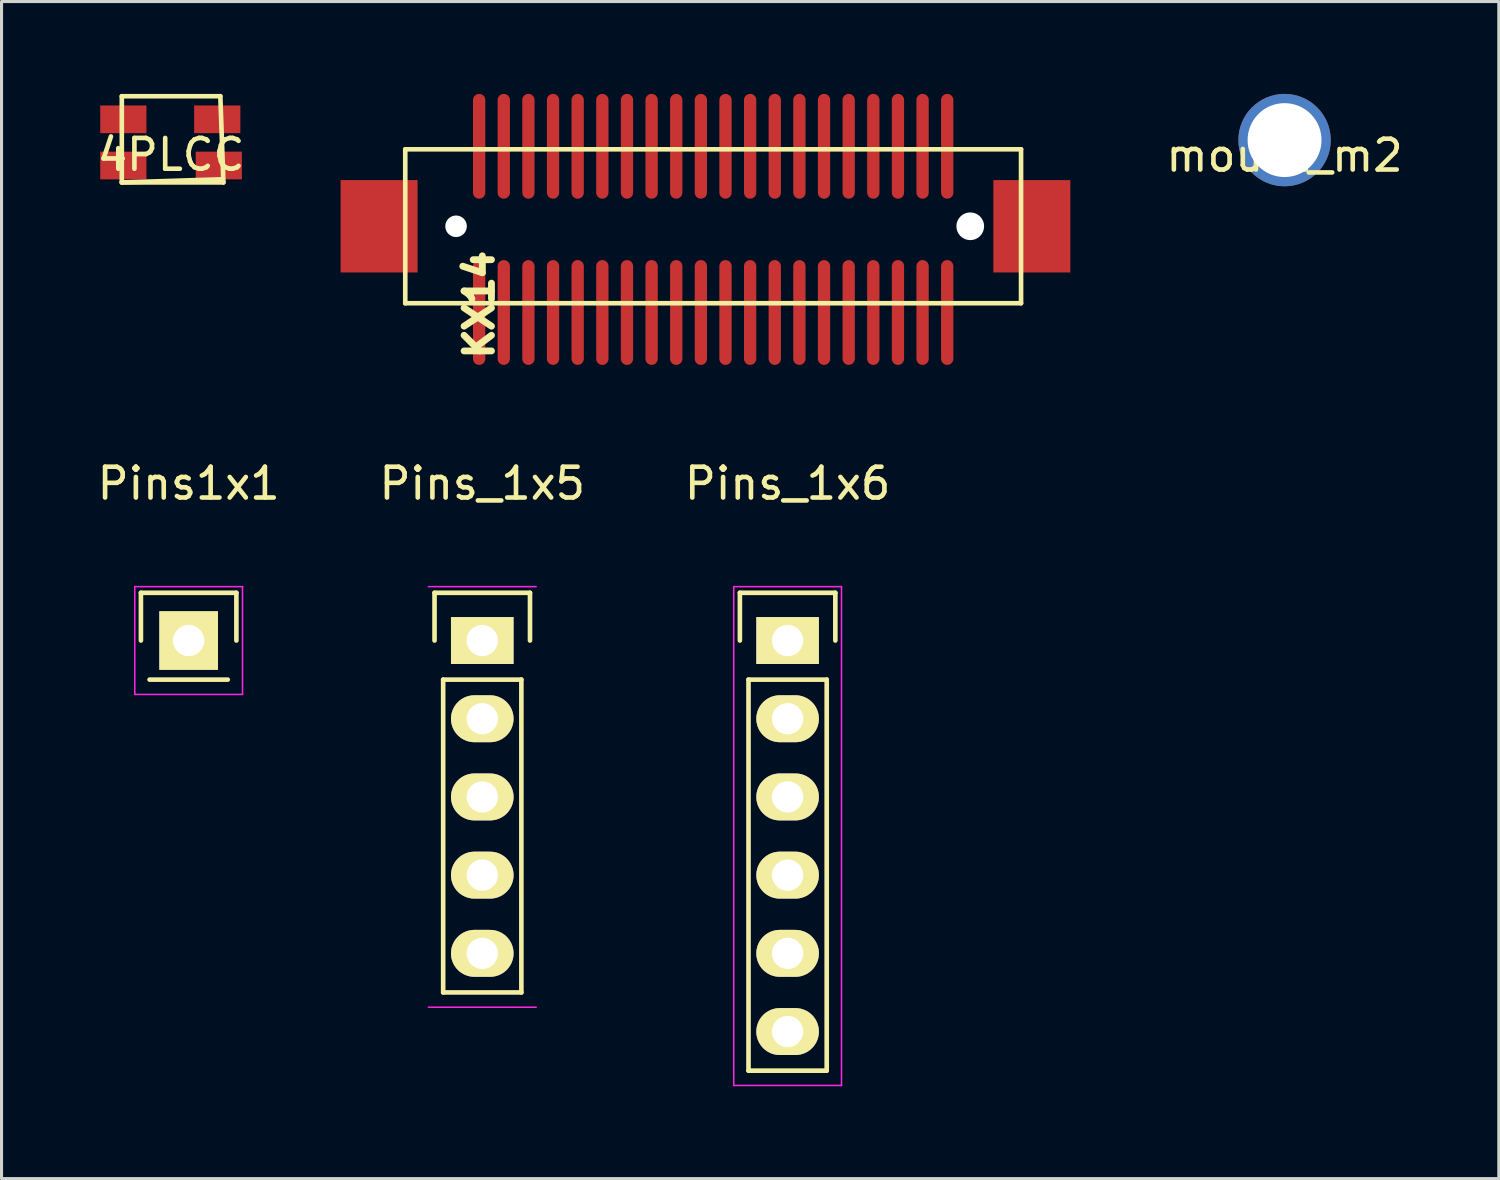
<source format=kicad_pcb>
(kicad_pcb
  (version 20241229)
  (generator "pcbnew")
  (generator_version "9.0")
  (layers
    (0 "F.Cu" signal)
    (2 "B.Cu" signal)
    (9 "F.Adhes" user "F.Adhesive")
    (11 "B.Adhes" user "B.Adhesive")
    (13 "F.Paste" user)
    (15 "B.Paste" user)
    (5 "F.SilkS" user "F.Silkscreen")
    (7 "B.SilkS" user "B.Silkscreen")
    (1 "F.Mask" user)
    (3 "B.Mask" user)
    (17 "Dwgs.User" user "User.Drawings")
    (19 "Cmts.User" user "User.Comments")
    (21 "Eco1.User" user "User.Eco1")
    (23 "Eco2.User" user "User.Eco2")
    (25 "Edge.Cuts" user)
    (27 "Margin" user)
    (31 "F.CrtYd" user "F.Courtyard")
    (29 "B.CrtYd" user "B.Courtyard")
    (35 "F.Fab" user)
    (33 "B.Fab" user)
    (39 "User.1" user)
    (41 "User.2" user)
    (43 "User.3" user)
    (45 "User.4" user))
  (footprint "mount_m2"
    (layer "F.Cu")
    (at 38.67 1.5)
    (property "Reference" "mount_m2" (at 0 0.5 0) (layer "F.SilkS") (effects (font (size 1 1) (thickness 0.15))))
    (attr through_hole)
    (pad "2" thru_hole circle (at 0 0) (size 3 3) (drill 2.4) (layers "*.Cu" "*.Mask")))
  (footprint "4PLCC"
    (layer "F.Cu")
    (at 2.506 1.475)
    (property "Reference" "4PLCC" (at 0 0.5 0) (layer "F.SilkS") (effects (font (size 1 1) (thickness 0.15))))
    (attr through_hole)
    (fp_line (start -1.6 -1.4) (end 1.6 -1.4) (stroke (width 0.15) (type solid)) (layer "F.SilkS"))
    (fp_line (start -1.6 1.4) (end -1.6 -1.4) (stroke (width 0.15) (type solid)) (layer "F.SilkS"))
    (fp_line (start -1.6 1.4) (end 1.7 1.4) (stroke (width 0.15) (type solid)) (layer "F.SilkS"))
    (fp_line (start 1.6 1.3) (end -1.6 1.4) (stroke (width 0.15) (type solid)) (layer "F.SilkS"))
    (fp_line (start 1.7 1.4) (end 1.6 -1.4) (stroke (width 0.15) (type solid)) (layer "F.SilkS"))
    (pad "1" smd rect (at 1.5 -0.65) (size 1.5 0.9) (layers "F.Cu" "F.Mask" "F.Paste"))
    (pad "2" smd rect (at 1.55 0.85) (size 1.5 0.9) (layers "F.Cu" "F.Mask" "F.Paste"))
    (pad "3" smd rect (at -1.55 0.85) (size 1.5 0.9) (layers "F.Cu" "F.Mask" "F.Paste"))
    (pad "4" smd rect (at -1.55 -0.65) (size 1.5 0.9) (layers "F.Cu" "F.Mask" "F.Paste")))
  (footprint "Pins_1x5"
    (layer "F.Cu")
    (at 12.613 17.753)
    (property "Reference" "Pins_1x5" (at 0 -5.1 0) (layer "F.SilkS") (effects (font (size 1 1) (thickness 0.15))))
    (attr through_hole)
    (fp_line (start -1.55 -1.55) (end 1.55 -1.55) (stroke (width 0.15) (type solid)) (layer "F.SilkS"))
    (fp_line (start -1.55 0) (end -1.55 -1.55) (stroke (width 0.15) (type solid)) (layer "F.SilkS"))
    (fp_line (start -1.27 1.27) (end -1.27 11.43) (stroke (width 0.15) (type solid)) (layer "F.SilkS"))
    (fp_line (start 1.27 1.27) (end -1.27 1.27) (stroke (width 0.15) (type solid)) (layer "F.SilkS"))
    (fp_line (start 1.27 11.43) (end -1.27 11.43) (stroke (width 0.15) (type solid)) (layer "F.SilkS"))
    (fp_line (start 1.27 11.43) (end 1.27 1.27) (stroke (width 0.15) (type solid)) (layer "F.SilkS"))
    (fp_line (start 1.55 -1.55) (end 1.55 0) (stroke (width 0.15) (type solid)) (layer "F.SilkS"))
    (fp_line (start -1.75 -1.75) (end 1.75 -1.75) (stroke (width 0.05) (type solid)) (layer "F.CrtYd"))
    (fp_line (start -1.75 11.91) (end 1.75 11.91) (stroke (width 0.05) (type solid)) (layer "F.CrtYd"))
    (pad "1" thru_hole rect (at 0 0) (size 2.032 1.524) (drill 1.016) (layers "*.Cu" "*.Mask" "F.SilkS"))
    (pad "2" thru_hole oval (at 0 2.54) (size 2.032 1.524) (drill 1.016) (layers "*.Cu" "*.Mask" "F.SilkS"))
    (pad "3" thru_hole oval (at 0 5.08) (size 2.032 1.524) (drill 1.016) (layers "*.Cu" "*.Mask" "F.SilkS"))
    (pad "4" thru_hole oval (at 0 7.62) (size 2.032 1.524) (drill 1.016) (layers "*.Cu" "*.Mask" "F.SilkS"))
    (pad "5" thru_hole oval (at 0 10.16) (size 2.032 1.524) (drill 1.016) (layers "*.Cu" "*.Mask" "F.SilkS")))
  (footprint "Pins1x1"
    (layer "F.Cu")
    (at 3.077 17.753)
    (property "Reference" "Pins1x1" (at 0 -5.1 0) (layer "F.SilkS") (effects (font (size 1 1) (thickness 0.15))))
    (attr through_hole)
    (fp_line (start -1.55 -1.55) (end 1.55 -1.55) (stroke (width 0.15) (type solid)) (layer "F.SilkS"))
    (fp_line (start -1.55 0) (end -1.55 -1.55) (stroke (width 0.15) (type solid)) (layer "F.SilkS"))
    (fp_line (start -1.27 1.27) (end 1.27 1.27) (stroke (width 0.15) (type solid)) (layer "F.SilkS"))
    (fp_line (start 1.55 -1.55) (end 1.55 0) (stroke (width 0.15) (type solid)) (layer "F.SilkS"))
    (fp_line (start -1.75 -1.75) (end -1.75 1.75) (stroke (width 0.05) (type solid)) (layer "F.CrtYd"))
    (fp_line (start -1.75 -1.75) (end 1.75 -1.75) (stroke (width 0.05) (type solid)) (layer "F.CrtYd"))
    (fp_line (start -1.75 1.75) (end 1.75 1.75) (stroke (width 0.05) (type solid)) (layer "F.CrtYd"))
    (fp_line (start 1.75 -1.75) (end 1.75 1.75) (stroke (width 0.05) (type solid)) (layer "F.CrtYd"))
    (pad "1" thru_hole rect (at 0 0) (size 1.905 1.905) (drill 1.016) (layers "*.Cu" "*.Mask" "F.SilkS")))
  (footprint "Pins_1x6"
    (layer "F.Cu")
    (at 22.53 17.753)
    (property "Reference" "Pins_1x6" (at 0 -5.1 0) (layer "F.SilkS") (effects (font (size 1 1) (thickness 0.15))))
    (attr through_hole)
    (fp_line (start -1.55 -1.55) (end 1.55 -1.55) (stroke (width 0.15) (type solid)) (layer "F.SilkS"))
    (fp_line (start -1.55 0) (end -1.55 -1.55) (stroke (width 0.15) (type solid)) (layer "F.SilkS"))
    (fp_line (start -1.27 13.97) (end -1.27 1.27) (stroke (width 0.15) (type solid)) (layer "F.SilkS"))
    (fp_line (start 1.27 1.27) (end -1.27 1.27) (stroke (width 0.15) (type solid)) (layer "F.SilkS"))
    (fp_line (start 1.27 1.27) (end 1.27 13.97) (stroke (width 0.15) (type solid)) (layer "F.SilkS"))
    (fp_line (start 1.27 13.97) (end -1.27 13.97) (stroke (width 0.15) (type solid)) (layer "F.SilkS"))
    (fp_line (start 1.55 -1.55) (end 1.55 0) (stroke (width 0.15) (type solid)) (layer "F.SilkS"))
    (fp_line (start -1.75 -1.75) (end -1.75 14.45) (stroke (width 0.05) (type solid)) (layer "F.CrtYd"))
    (fp_line (start -1.75 -1.75) (end 1.75 -1.75) (stroke (width 0.05) (type solid)) (layer "F.CrtYd"))
    (fp_line (start -1.75 14.45) (end 1.75 14.45) (stroke (width 0.05) (type solid)) (layer "F.CrtYd"))
    (fp_line (start 1.75 -1.75) (end 1.75 14.45) (stroke (width 0.05) (type solid)) (layer "F.CrtYd"))
    (pad "1" thru_hole rect (at 0 0) (size 2.032 1.524) (drill 1.016) (layers "*.Cu" "*.Mask" "F.SilkS"))
    (pad "2" thru_hole oval (at 0 2.54) (size 2.032 1.524) (drill 1.016) (layers "*.Cu" "*.Mask" "F.SilkS"))
    (pad "3" thru_hole oval (at 0 5.08) (size 2.032 1.524) (drill 1.016) (layers "*.Cu" "*.Mask" "F.SilkS"))
    (pad "4" thru_hole oval (at 0 7.62) (size 2.032 1.524) (drill 1.016) (layers "*.Cu" "*.Mask" "F.SilkS"))
    (pad "5" thru_hole oval (at 0 10.16) (size 2.032 1.524) (drill 1.016) (layers "*.Cu" "*.Mask" "F.SilkS"))
    (pad "6" thru_hole oval (at 0 12.7) (size 2.032 1.524) (drill 1.016) (layers "*.Cu" "*.Mask" "F.SilkS")))
  (footprint "KX14"
    (layer "F.Cu")
    (at 20.112 4.299)
    (property "Reference" "KX14" (at -7.6 2.546 270) (layer "F.SilkS") (effects (font (size 0.889 0.889) (thickness 0.305))))
    (attr through_hole)
    (fp_line (start -10 -2.5) (end 10 -2.5) (stroke (width 0.15) (type solid)) (layer "F.SilkS"))
    (fp_line (start -10 2.5) (end -10 -2.5) (stroke (width 0.15) (type solid)) (layer "F.SilkS"))
    (fp_line (start 10 -2.5) (end 10 2.5) (stroke (width 0.15) (type solid)) (layer "F.SilkS"))
    (fp_line (start 10 2.5) (end -10 2.5) (stroke (width 0.15) (type solid)) (layer "F.SilkS"))
    (pad "" np_thru_hole circle (at -8.35 0) (size 0.7 0.7) (drill 0.7) (layers "*.Cu" "*.Mask"))
    (pad "" np_thru_hole circle (at 8.35 0) (size 0.9 0.9) (drill 0.9) (layers "*.Cu" "*.Mask"))
    (pad "1" smd oval (at -7.6 2.8) (size 0.399 3.404) (layers "F.Cu" "F.Mask" "F.Paste"))
    (pad "2" smd oval (at -7.6 -2.598 180) (size 0.399 3.404) (layers "F.Cu" "F.Mask" "F.Paste"))
    (pad "3" smd oval (at -6.8 2.8) (size 0.399 3.404) (layers "F.Cu" "F.Mask" "F.Paste"))
    (pad "4" smd oval (at -6.8 -2.598 180) (size 0.399 3.404) (layers "F.Cu" "F.Mask" "F.Paste"))
    (pad "5" smd oval (at -6 2.8) (size 0.399 3.404) (layers "F.Cu" "F.Mask" "F.Paste"))
    (pad "6" smd oval (at -6 -2.598 180) (size 0.399 3.404) (layers "F.Cu" "F.Mask" "F.Paste"))
    (pad "7" smd oval (at -5.2 2.8) (size 0.399 3.404) (layers "F.Cu" "F.Mask" "F.Paste"))
    (pad "8" smd oval (at -5.2 -2.598 180) (size 0.399 3.404) (layers "F.Cu" "F.Mask" "F.Paste"))
    (pad "9" smd oval (at -4.4 2.8) (size 0.399 3.404) (layers "F.Cu" "F.Mask" "F.Paste"))
    (pad "10" smd oval (at -4.4 -2.598 180) (size 0.399 3.404) (layers "F.Cu" "F.Mask" "F.Paste"))
    (pad "11" smd oval (at -3.599 2.8) (size 0.399 3.404) (layers "F.Cu" "F.Mask" "F.Paste"))
    (pad "12" smd oval (at -3.599 -2.598 180) (size 0.399 3.404) (layers "F.Cu" "F.Mask" "F.Paste"))
    (pad "13" smd oval (at -2.799 2.8) (size 0.399 3.404) (layers "F.Cu" "F.Mask" "F.Paste"))
    (pad "14" smd oval (at -2.799 -2.598 180) (size 0.399 3.404) (layers "F.Cu" "F.Mask" "F.Paste"))
    (pad "15" smd oval (at -1.999 2.8) (size 0.399 3.404) (layers "F.Cu" "F.Mask" "F.Paste"))
    (pad "16" smd oval (at -1.999 -2.598 180) (size 0.399 3.404) (layers "F.Cu" "F.Mask" "F.Paste"))
    (pad "17" smd oval (at -1.199 2.8) (size 0.399 3.404) (layers "F.Cu" "F.Mask" "F.Paste"))
    (pad "18" smd oval (at -1.199 -2.598 180) (size 0.399 3.404) (layers "F.Cu" "F.Mask" "F.Paste"))
    (pad "19" smd oval (at -0.399 2.8) (size 0.399 3.404) (layers "F.Cu" "F.Mask" "F.Paste"))
    (pad "20" smd oval (at -0.399 -2.598 180) (size 0.399 3.404) (layers "F.Cu" "F.Mask" "F.Paste"))
    (pad "21" smd oval (at 0.401 2.8) (size 0.399 3.404) (layers "F.Cu" "F.Mask" "F.Paste"))
    (pad "22" smd oval (at 0.401 -2.598 180) (size 0.399 3.404) (layers "F.Cu" "F.Mask" "F.Paste"))
    (pad "23" smd oval (at 1.201 2.8) (size 0.399 3.404) (layers "F.Cu" "F.Mask" "F.Paste"))
    (pad "24" smd oval (at 1.201 -2.598 180) (size 0.399 3.404) (layers "F.Cu" "F.Mask" "F.Paste"))
    (pad "25" smd oval (at 2.001 2.8) (size 0.399 3.404) (layers "F.Cu" "F.Mask" "F.Paste"))
    (pad "26" smd oval (at 2.001 -2.598 180) (size 0.399 3.404) (layers "F.Cu" "F.Mask" "F.Paste"))
    (pad "27" smd oval (at 2.801 2.8) (size 0.399 3.404) (layers "F.Cu" "F.Mask" "F.Paste"))
    (pad "28" smd oval (at 2.801 -2.598 180) (size 0.399 3.404) (layers "F.Cu" "F.Mask" "F.Paste"))
    (pad "29" smd oval (at 3.601 2.8) (size 0.399 3.404) (layers "F.Cu" "F.Mask" "F.Paste"))
    (pad "30" smd oval (at 3.601 -2.598 180) (size 0.399 3.404) (layers "F.Cu" "F.Mask" "F.Paste"))
    (pad "31" smd oval (at 4.402 2.8) (size 0.399 3.404) (layers "F.Cu" "F.Mask" "F.Paste"))
    (pad "32" smd oval (at 4.402 -2.598 180) (size 0.399 3.404) (layers "F.Cu" "F.Mask" "F.Paste"))
    (pad "33" smd oval (at 5.202 2.8) (size 0.399 3.404) (layers "F.Cu" "F.Mask" "F.Paste"))
    (pad "34" smd oval (at 5.202 -2.598 180) (size 0.399 3.404) (layers "F.Cu" "F.Mask" "F.Paste"))
    (pad "35" smd oval (at 6.002 2.8) (size 0.399 3.404) (layers "F.Cu" "F.Mask" "F.Paste"))
    (pad "36" smd oval (at 6.002 -2.598 180) (size 0.399 3.404) (layers "F.Cu" "F.Mask" "F.Paste"))
    (pad "37" smd oval (at 6.802 2.8) (size 0.399 3.404) (layers "F.Cu" "F.Mask" "F.Paste"))
    (pad "38" smd oval (at 6.802 -2.598 180) (size 0.399 3.404) (layers "F.Cu" "F.Mask" "F.Paste"))
    (pad "39" smd oval (at 7.602 2.8) (size 0.399 3.404) (layers "F.Cu" "F.Mask" "F.Paste"))
    (pad "40" smd oval (at 7.602 -2.598 180) (size 0.399 3.404) (layers "F.Cu" "F.Mask" "F.Paste"))
    (pad "41" smd rect (at -10.85 0) (size 2.5 3) (layers "F.Cu" "F.Mask" "F.Paste"))
    (pad "42" smd rect (at 10.35 0) (size 2.5 3) (layers "F.Cu" "F.Mask" "F.Paste")))
  (gr_rect
    (start -3 -3)
    (end 45.629 35.228)
    (stroke (width 0.1) (type default))
    (fill no)
    (layer "Edge.Cuts")))
</source>
